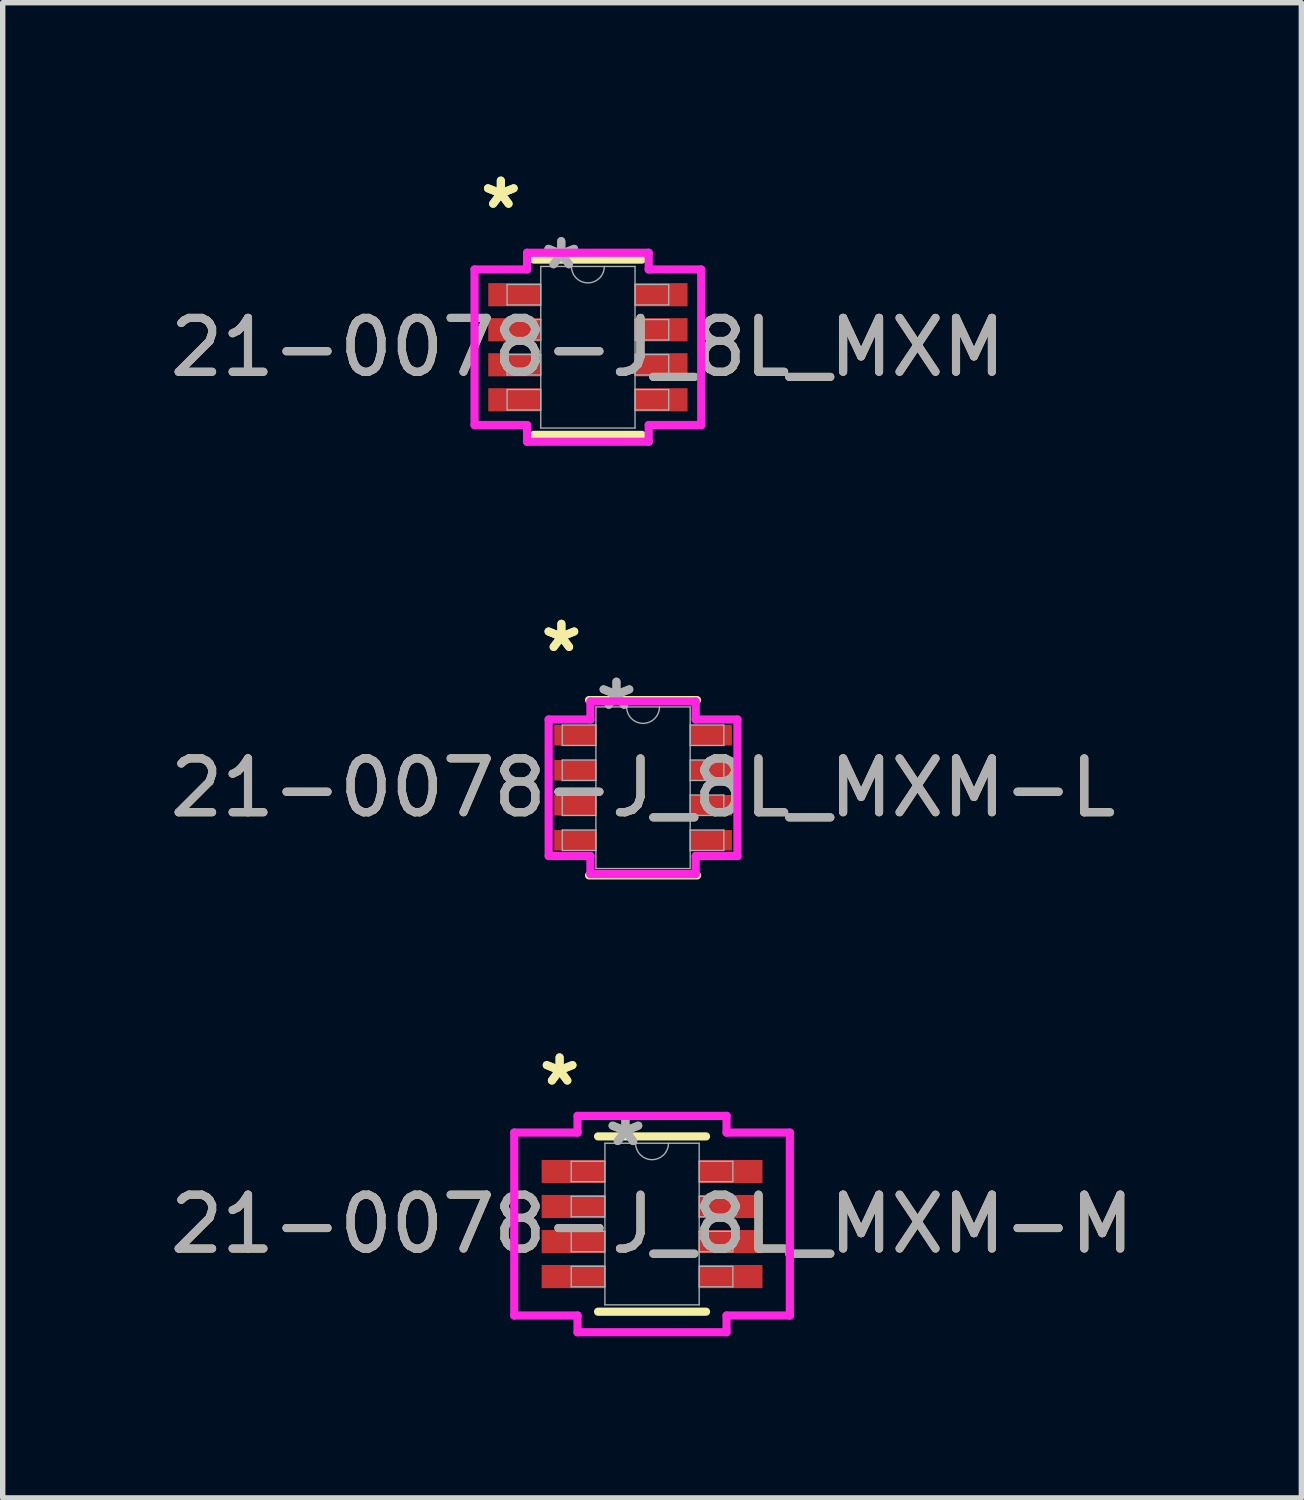
<source format=kicad_pcb>
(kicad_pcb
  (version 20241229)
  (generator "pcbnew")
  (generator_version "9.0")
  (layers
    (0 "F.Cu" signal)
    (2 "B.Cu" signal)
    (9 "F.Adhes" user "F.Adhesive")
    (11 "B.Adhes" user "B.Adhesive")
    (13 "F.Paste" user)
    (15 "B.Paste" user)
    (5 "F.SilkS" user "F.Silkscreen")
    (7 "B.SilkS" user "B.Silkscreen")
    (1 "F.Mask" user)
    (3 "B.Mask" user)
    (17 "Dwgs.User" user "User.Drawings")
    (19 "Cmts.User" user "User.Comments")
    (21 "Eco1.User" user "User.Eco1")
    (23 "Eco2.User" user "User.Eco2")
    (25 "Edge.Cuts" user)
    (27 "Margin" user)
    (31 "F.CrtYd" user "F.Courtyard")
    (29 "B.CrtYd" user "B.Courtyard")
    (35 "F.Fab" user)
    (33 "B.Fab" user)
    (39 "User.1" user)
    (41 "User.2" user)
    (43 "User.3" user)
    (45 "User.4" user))
  (footprint "21-0078-J_8L_MXM-L"
    (layer "F.Cu")
    (at 8.887 11.573)
    (property "Reference" "21-0078-J_8L_MXM-L" (at 0 0 0) (unlocked yes) (layer "F.SilkS") (effects (font (size 1 1) (thickness 0.15))))
    (attr smd)
    (fp_line (start -1.002 1.627) (end 1.002 1.627) (stroke (width 0.152) (type solid)) (layer "F.SilkS"))
    (fp_line (start 1.002 -1.627) (end -1.002 -1.627) (stroke (width 0.152) (type solid)) (layer "F.SilkS"))
    (fp_line (start -1.752 -1.267) (end -0.977 -1.267) (stroke (width 0.152) (type solid)) (layer "F.CrtYd"))
    (fp_line (start -1.752 1.267) (end -1.752 -1.267) (stroke (width 0.152) (type solid)) (layer "F.CrtYd"))
    (fp_line (start -1.752 1.267) (end -0.977 1.267) (stroke (width 0.152) (type solid)) (layer "F.CrtYd"))
    (fp_line (start -0.977 -1.602) (end 0.977 -1.602) (stroke (width 0.152) (type solid)) (layer "F.CrtYd"))
    (fp_line (start -0.977 -1.267) (end -0.977 -1.602) (stroke (width 0.152) (type solid)) (layer "F.CrtYd"))
    (fp_line (start -0.977 1.602) (end -0.977 1.267) (stroke (width 0.152) (type solid)) (layer "F.CrtYd"))
    (fp_line (start 0.977 -1.602) (end 0.977 -1.267) (stroke (width 0.152) (type solid)) (layer "F.CrtYd"))
    (fp_line (start 0.977 1.267) (end 0.977 1.602) (stroke (width 0.152) (type solid)) (layer "F.CrtYd"))
    (fp_line (start 0.977 1.602) (end -0.977 1.602) (stroke (width 0.152) (type solid)) (layer "F.CrtYd"))
    (fp_line (start 1.752 -1.267) (end 0.977 -1.267) (stroke (width 0.152) (type solid)) (layer "F.CrtYd"))
    (fp_line (start 1.752 -1.267) (end 1.752 1.267) (stroke (width 0.152) (type solid)) (layer "F.CrtYd"))
    (fp_line (start 1.752 1.267) (end 0.977 1.267) (stroke (width 0.152) (type solid)) (layer "F.CrtYd"))
    (fp_line (start -1.5 -1.165) (end -1.5 -0.785) (stroke (width 0.025) (type solid)) (layer "F.Fab"))
    (fp_line (start -1.5 -0.785) (end -0.875 -0.785) (stroke (width 0.025) (type solid)) (layer "F.Fab"))
    (fp_line (start -1.5 -0.515) (end -1.5 -0.135) (stroke (width 0.025) (type solid)) (layer "F.Fab"))
    (fp_line (start -1.5 -0.135) (end -0.875 -0.135) (stroke (width 0.025) (type solid)) (layer "F.Fab"))
    (fp_line (start -1.5 0.135) (end -1.5 0.515) (stroke (width 0.025) (type solid)) (layer "F.Fab"))
    (fp_line (start -1.5 0.515) (end -0.875 0.515) (stroke (width 0.025) (type solid)) (layer "F.Fab"))
    (fp_line (start -1.5 0.785) (end -1.5 1.165) (stroke (width 0.025) (type solid)) (layer "F.Fab"))
    (fp_line (start -1.5 1.165) (end -0.875 1.165) (stroke (width 0.025) (type solid)) (layer "F.Fab"))
    (fp_line (start -0.875 -1.5) (end -0.875 1.5) (stroke (width 0.025) (type solid)) (layer "F.Fab"))
    (fp_line (start -0.875 -1.165) (end -1.5 -1.165) (stroke (width 0.025) (type solid)) (layer "F.Fab"))
    (fp_line (start -0.875 -0.785) (end -0.875 -1.165) (stroke (width 0.025) (type solid)) (layer "F.Fab"))
    (fp_line (start -0.875 -0.515) (end -1.5 -0.515) (stroke (width 0.025) (type solid)) (layer "F.Fab"))
    (fp_line (start -0.875 -0.135) (end -0.875 -0.515) (stroke (width 0.025) (type solid)) (layer "F.Fab"))
    (fp_line (start -0.875 0.135) (end -1.5 0.135) (stroke (width 0.025) (type solid)) (layer "F.Fab"))
    (fp_line (start -0.875 0.515) (end -0.875 0.135) (stroke (width 0.025) (type solid)) (layer "F.Fab"))
    (fp_line (start -0.875 0.785) (end -1.5 0.785) (stroke (width 0.025) (type solid)) (layer "F.Fab"))
    (fp_line (start -0.875 1.165) (end -0.875 0.785) (stroke (width 0.025) (type solid)) (layer "F.Fab"))
    (fp_line (start -0.875 1.5) (end 0.875 1.5) (stroke (width 0.025) (type solid)) (layer "F.Fab"))
    (fp_line (start 0.875 -1.5) (end -0.875 -1.5) (stroke (width 0.025) (type solid)) (layer "F.Fab"))
    (fp_line (start 0.875 -1.165) (end 0.875 -0.785) (stroke (width 0.025) (type solid)) (layer "F.Fab"))
    (fp_line (start 0.875 -0.785) (end 1.5 -0.785) (stroke (width 0.025) (type solid)) (layer "F.Fab"))
    (fp_line (start 0.875 -0.515) (end 0.875 -0.135) (stroke (width 0.025) (type solid)) (layer "F.Fab"))
    (fp_line (start 0.875 -0.135) (end 1.5 -0.135) (stroke (width 0.025) (type solid)) (layer "F.Fab"))
    (fp_line (start 0.875 0.135) (end 0.875 0.515) (stroke (width 0.025) (type solid)) (layer "F.Fab"))
    (fp_line (start 0.875 0.515) (end 1.5 0.515) (stroke (width 0.025) (type solid)) (layer "F.Fab"))
    (fp_line (start 0.875 0.785) (end 0.875 1.165) (stroke (width 0.025) (type solid)) (layer "F.Fab"))
    (fp_line (start 0.875 1.165) (end 1.5 1.165) (stroke (width 0.025) (type solid)) (layer "F.Fab"))
    (fp_line (start 0.875 1.5) (end 0.875 -1.5) (stroke (width 0.025) (type solid)) (layer "F.Fab"))
    (fp_line (start 1.5 -1.165) (end 0.875 -1.165) (stroke (width 0.025) (type solid)) (layer "F.Fab"))
    (fp_line (start 1.5 -0.785) (end 1.5 -1.165) (stroke (width 0.025) (type solid)) (layer "F.Fab"))
    (fp_line (start 1.5 -0.515) (end 0.875 -0.515) (stroke (width 0.025) (type solid)) (layer "F.Fab"))
    (fp_line (start 1.5 -0.135) (end 1.5 -0.515) (stroke (width 0.025) (type solid)) (layer "F.Fab"))
    (fp_line (start 1.5 0.135) (end 0.875 0.135) (stroke (width 0.025) (type solid)) (layer "F.Fab"))
    (fp_line (start 1.5 0.515) (end 1.5 0.135) (stroke (width 0.025) (type solid)) (layer "F.Fab"))
    (fp_line (start 1.5 0.785) (end 0.875 0.785) (stroke (width 0.025) (type solid)) (layer "F.Fab"))
    (fp_line (start 1.5 1.165) (end 1.5 0.785) (stroke (width 0.025) (type solid)) (layer "F.Fab"))
    (fp_arc (start 0.3048 -1.5) (mid 0 -1.1952) (end -0.3048 -1.5) (stroke (width 0.0254) (type solid)) (layer "F.Fab"))
    (fp_text user "*" (at -1.516 -2.498 0) (layer "F.SilkS") (effects (font (size 1 1) (thickness 0.15))))
    (fp_text user "*" (at -1.516 -2.498 0) (unlocked yes) (layer "F.SilkS") (effects (font (size 1 1) (thickness 0.15))))
    (fp_text user "*" (at -0.494 -1.424 0) (layer "F.Fab") (effects (font (size 1 1) (thickness 0.15))))
    (fp_text user "*" (at -0.494 -1.424 0) (unlocked yes) (layer "F.Fab") (effects (font (size 1 1) (thickness 0.15))))
    (fp_text user "${REFERENCE}" (at 0 0 0) (unlocked yes) (layer "F.Fab") (effects (font (size 1 1) (thickness 0.15))))
    (pad "1" smd rect (at -1.262 -0.975) (size 0.775 0.38) (layers "F.Cu" "F.Mask" "F.Paste"))
    (pad "2" smd rect (at -1.262 -0.325) (size 0.775 0.38) (layers "F.Cu" "F.Mask" "F.Paste"))
    (pad "3" smd rect (at -1.262 0.325) (size 0.775 0.38) (layers "F.Cu" "F.Mask" "F.Paste"))
    (pad "4" smd rect (at -1.262 0.975) (size 0.775 0.38) (layers "F.Cu" "F.Mask" "F.Paste"))
    (pad "5" smd rect (at 1.262 0.975) (size 0.775 0.38) (layers "F.Cu" "F.Mask" "F.Paste"))
    (pad "6" smd rect (at 1.262 0.325) (size 0.775 0.38) (layers "F.Cu" "F.Mask" "F.Paste"))
    (pad "7" smd rect (at 1.262 -0.325) (size 0.775 0.38) (layers "F.Cu" "F.Mask" "F.Paste"))
    (pad "8" smd rect (at 1.262 -0.975) (size 0.775 0.38) (layers "F.Cu" "F.Mask" "F.Paste")))
  (footprint "21-0078-J_8L_MXM-M"
    (layer "F.Cu")
    (at 9.054 19.672)
    (property "Reference" "21-0078-J_8L_MXM-M" (at 0 0 0) (unlocked yes) (layer "F.SilkS") (effects (font (size 1 1) (thickness 0.15))))
    (attr smd)
    (fp_line (start -1.002 1.627) (end 1.002 1.627) (stroke (width 0.152) (type solid)) (layer "F.SilkS"))
    (fp_line (start 1.002 -1.627) (end -1.002 -1.627) (stroke (width 0.152) (type solid)) (layer "F.SilkS"))
    (fp_line (start -2.558 -1.698) (end -1.383 -1.698) (stroke (width 0.152) (type solid)) (layer "F.CrtYd"))
    (fp_line (start -2.558 1.698) (end -2.558 -1.698) (stroke (width 0.152) (type solid)) (layer "F.CrtYd"))
    (fp_line (start -2.558 1.698) (end -1.383 1.698) (stroke (width 0.152) (type solid)) (layer "F.CrtYd"))
    (fp_line (start -1.383 -2.008) (end 1.383 -2.008) (stroke (width 0.152) (type solid)) (layer "F.CrtYd"))
    (fp_line (start -1.383 -1.698) (end -1.383 -2.008) (stroke (width 0.152) (type solid)) (layer "F.CrtYd"))
    (fp_line (start -1.383 2.008) (end -1.383 1.698) (stroke (width 0.152) (type solid)) (layer "F.CrtYd"))
    (fp_line (start 1.383 -2.008) (end 1.383 -1.698) (stroke (width 0.152) (type solid)) (layer "F.CrtYd"))
    (fp_line (start 1.383 1.698) (end 1.383 2.008) (stroke (width 0.152) (type solid)) (layer "F.CrtYd"))
    (fp_line (start 1.383 2.008) (end -1.383 2.008) (stroke (width 0.152) (type solid)) (layer "F.CrtYd"))
    (fp_line (start 2.558 -1.698) (end 1.383 -1.698) (stroke (width 0.152) (type solid)) (layer "F.CrtYd"))
    (fp_line (start 2.558 -1.698) (end 2.558 1.698) (stroke (width 0.152) (type solid)) (layer "F.CrtYd"))
    (fp_line (start 2.558 1.698) (end 1.383 1.698) (stroke (width 0.152) (type solid)) (layer "F.CrtYd"))
    (fp_line (start -1.5 -1.165) (end -1.5 -0.785) (stroke (width 0.025) (type solid)) (layer "F.Fab"))
    (fp_line (start -1.5 -0.785) (end -0.875 -0.785) (stroke (width 0.025) (type solid)) (layer "F.Fab"))
    (fp_line (start -1.5 -0.515) (end -1.5 -0.135) (stroke (width 0.025) (type solid)) (layer "F.Fab"))
    (fp_line (start -1.5 -0.135) (end -0.875 -0.135) (stroke (width 0.025) (type solid)) (layer "F.Fab"))
    (fp_line (start -1.5 0.135) (end -1.5 0.515) (stroke (width 0.025) (type solid)) (layer "F.Fab"))
    (fp_line (start -1.5 0.515) (end -0.875 0.515) (stroke (width 0.025) (type solid)) (layer "F.Fab"))
    (fp_line (start -1.5 0.785) (end -1.5 1.165) (stroke (width 0.025) (type solid)) (layer "F.Fab"))
    (fp_line (start -1.5 1.165) (end -0.875 1.165) (stroke (width 0.025) (type solid)) (layer "F.Fab"))
    (fp_line (start -0.875 -1.5) (end -0.875 1.5) (stroke (width 0.025) (type solid)) (layer "F.Fab"))
    (fp_line (start -0.875 -1.165) (end -1.5 -1.165) (stroke (width 0.025) (type solid)) (layer "F.Fab"))
    (fp_line (start -0.875 -0.785) (end -0.875 -1.165) (stroke (width 0.025) (type solid)) (layer "F.Fab"))
    (fp_line (start -0.875 -0.515) (end -1.5 -0.515) (stroke (width 0.025) (type solid)) (layer "F.Fab"))
    (fp_line (start -0.875 -0.135) (end -0.875 -0.515) (stroke (width 0.025) (type solid)) (layer "F.Fab"))
    (fp_line (start -0.875 0.135) (end -1.5 0.135) (stroke (width 0.025) (type solid)) (layer "F.Fab"))
    (fp_line (start -0.875 0.515) (end -0.875 0.135) (stroke (width 0.025) (type solid)) (layer "F.Fab"))
    (fp_line (start -0.875 0.785) (end -1.5 0.785) (stroke (width 0.025) (type solid)) (layer "F.Fab"))
    (fp_line (start -0.875 1.165) (end -0.875 0.785) (stroke (width 0.025) (type solid)) (layer "F.Fab"))
    (fp_line (start -0.875 1.5) (end 0.875 1.5) (stroke (width 0.025) (type solid)) (layer "F.Fab"))
    (fp_line (start 0.875 -1.5) (end -0.875 -1.5) (stroke (width 0.025) (type solid)) (layer "F.Fab"))
    (fp_line (start 0.875 -1.165) (end 0.875 -0.785) (stroke (width 0.025) (type solid)) (layer "F.Fab"))
    (fp_line (start 0.875 -0.785) (end 1.5 -0.785) (stroke (width 0.025) (type solid)) (layer "F.Fab"))
    (fp_line (start 0.875 -0.515) (end 0.875 -0.135) (stroke (width 0.025) (type solid)) (layer "F.Fab"))
    (fp_line (start 0.875 -0.135) (end 1.5 -0.135) (stroke (width 0.025) (type solid)) (layer "F.Fab"))
    (fp_line (start 0.875 0.135) (end 0.875 0.515) (stroke (width 0.025) (type solid)) (layer "F.Fab"))
    (fp_line (start 0.875 0.515) (end 1.5 0.515) (stroke (width 0.025) (type solid)) (layer "F.Fab"))
    (fp_line (start 0.875 0.785) (end 0.875 1.165) (stroke (width 0.025) (type solid)) (layer "F.Fab"))
    (fp_line (start 0.875 1.165) (end 1.5 1.165) (stroke (width 0.025) (type solid)) (layer "F.Fab"))
    (fp_line (start 0.875 1.5) (end 0.875 -1.5) (stroke (width 0.025) (type solid)) (layer "F.Fab"))
    (fp_line (start 1.5 -1.165) (end 0.875 -1.165) (stroke (width 0.025) (type solid)) (layer "F.Fab"))
    (fp_line (start 1.5 -0.785) (end 1.5 -1.165) (stroke (width 0.025) (type solid)) (layer "F.Fab"))
    (fp_line (start 1.5 -0.515) (end 0.875 -0.515) (stroke (width 0.025) (type solid)) (layer "F.Fab"))
    (fp_line (start 1.5 -0.135) (end 1.5 -0.515) (stroke (width 0.025) (type solid)) (layer "F.Fab"))
    (fp_line (start 1.5 0.135) (end 0.875 0.135) (stroke (width 0.025) (type solid)) (layer "F.Fab"))
    (fp_line (start 1.5 0.515) (end 1.5 0.135) (stroke (width 0.025) (type solid)) (layer "F.Fab"))
    (fp_line (start 1.5 0.785) (end 0.875 0.785) (stroke (width 0.025) (type solid)) (layer "F.Fab"))
    (fp_line (start 1.5 1.165) (end 1.5 0.785) (stroke (width 0.025) (type solid)) (layer "F.Fab"))
    (fp_arc (start 0.3048 -1.5) (mid 0 -1.1952) (end -0.3048 -1.5) (stroke (width 0.0254) (type solid)) (layer "F.Fab"))
    (fp_text user "*" (at -1.716 -2.548 0) (layer "F.SilkS") (effects (font (size 1 1) (thickness 0.15))))
    (fp_text user "*" (at -1.716 -2.548 0) (unlocked yes) (layer "F.SilkS") (effects (font (size 1 1) (thickness 0.15))))
    (fp_text user "*" (at -0.494 -1.424 0) (layer "F.Fab") (effects (font (size 1 1) (thickness 0.15))))
    (fp_text user "*" (at -0.494 -1.424 0) (unlocked yes) (layer "F.Fab") (effects (font (size 1 1) (thickness 0.15))))
    (fp_text user "${REFERENCE}" (at 0 0 0) (unlocked yes) (layer "F.Fab") (effects (font (size 1 1) (thickness 0.15))))
    (pad "1" smd rect (at -1.462 -0.975) (size 1.175 0.43) (layers "F.Cu" "F.Mask" "F.Paste"))
    (pad "2" smd rect (at -1.462 -0.325) (size 1.175 0.43) (layers "F.Cu" "F.Mask" "F.Paste"))
    (pad "3" smd rect (at -1.462 0.325) (size 1.175 0.43) (layers "F.Cu" "F.Mask" "F.Paste"))
    (pad "4" smd rect (at -1.462 0.975) (size 1.175 0.43) (layers "F.Cu" "F.Mask" "F.Paste"))
    (pad "5" smd rect (at 1.462 0.975) (size 1.175 0.43) (layers "F.Cu" "F.Mask" "F.Paste"))
    (pad "6" smd rect (at 1.462 0.325) (size 1.175 0.43) (layers "F.Cu" "F.Mask" "F.Paste"))
    (pad "7" smd rect (at 1.462 -0.325) (size 1.175 0.43) (layers "F.Cu" "F.Mask" "F.Paste"))
    (pad "8" smd rect (at 1.462 -0.975) (size 1.175 0.43) (layers "F.Cu" "F.Mask" "F.Paste")))
  (footprint "21-0078-J_8L_MXM"
    (layer "F.Cu")
    (at 7.863 3.396)
    (property "Reference" "21-0078-J_8L_MXM" (at 0 0 0) (unlocked yes) (layer "F.SilkS") (effects (font (size 1 1) (thickness 0.15))))
    (attr smd)
    (fp_line (start -1.002 1.627) (end 1.002 1.627) (stroke (width 0.152) (type solid)) (layer "F.SilkS"))
    (fp_line (start 1.002 -1.627) (end -1.002 -1.627) (stroke (width 0.152) (type solid)) (layer "F.SilkS"))
    (fp_line (start -2.104 -1.444) (end -1.129 -1.444) (stroke (width 0.152) (type solid)) (layer "F.CrtYd"))
    (fp_line (start -2.104 1.444) (end -2.104 -1.444) (stroke (width 0.152) (type solid)) (layer "F.CrtYd"))
    (fp_line (start -2.104 1.444) (end -1.129 1.444) (stroke (width 0.152) (type solid)) (layer "F.CrtYd"))
    (fp_line (start -1.129 -1.754) (end 1.129 -1.754) (stroke (width 0.152) (type solid)) (layer "F.CrtYd"))
    (fp_line (start -1.129 -1.444) (end -1.129 -1.754) (stroke (width 0.152) (type solid)) (layer "F.CrtYd"))
    (fp_line (start -1.129 1.754) (end -1.129 1.444) (stroke (width 0.152) (type solid)) (layer "F.CrtYd"))
    (fp_line (start 1.129 -1.754) (end 1.129 -1.444) (stroke (width 0.152) (type solid)) (layer "F.CrtYd"))
    (fp_line (start 1.129 1.444) (end 1.129 1.754) (stroke (width 0.152) (type solid)) (layer "F.CrtYd"))
    (fp_line (start 1.129 1.754) (end -1.129 1.754) (stroke (width 0.152) (type solid)) (layer "F.CrtYd"))
    (fp_line (start 2.104 -1.444) (end 1.129 -1.444) (stroke (width 0.152) (type solid)) (layer "F.CrtYd"))
    (fp_line (start 2.104 -1.444) (end 2.104 1.444) (stroke (width 0.152) (type solid)) (layer "F.CrtYd"))
    (fp_line (start 2.104 1.444) (end 1.129 1.444) (stroke (width 0.152) (type solid)) (layer "F.CrtYd"))
    (fp_line (start -1.5 -1.165) (end -1.5 -0.785) (stroke (width 0.025) (type solid)) (layer "F.Fab"))
    (fp_line (start -1.5 -0.785) (end -0.875 -0.785) (stroke (width 0.025) (type solid)) (layer "F.Fab"))
    (fp_line (start -1.5 -0.515) (end -1.5 -0.135) (stroke (width 0.025) (type solid)) (layer "F.Fab"))
    (fp_line (start -1.5 -0.135) (end -0.875 -0.135) (stroke (width 0.025) (type solid)) (layer "F.Fab"))
    (fp_line (start -1.5 0.135) (end -1.5 0.515) (stroke (width 0.025) (type solid)) (layer "F.Fab"))
    (fp_line (start -1.5 0.515) (end -0.875 0.515) (stroke (width 0.025) (type solid)) (layer "F.Fab"))
    (fp_line (start -1.5 0.785) (end -1.5 1.165) (stroke (width 0.025) (type solid)) (layer "F.Fab"))
    (fp_line (start -1.5 1.165) (end -0.875 1.165) (stroke (width 0.025) (type solid)) (layer "F.Fab"))
    (fp_line (start -0.875 -1.5) (end -0.875 1.5) (stroke (width 0.025) (type solid)) (layer "F.Fab"))
    (fp_line (start -0.875 -1.165) (end -1.5 -1.165) (stroke (width 0.025) (type solid)) (layer "F.Fab"))
    (fp_line (start -0.875 -0.785) (end -0.875 -1.165) (stroke (width 0.025) (type solid)) (layer "F.Fab"))
    (fp_line (start -0.875 -0.515) (end -1.5 -0.515) (stroke (width 0.025) (type solid)) (layer "F.Fab"))
    (fp_line (start -0.875 -0.135) (end -0.875 -0.515) (stroke (width 0.025) (type solid)) (layer "F.Fab"))
    (fp_line (start -0.875 0.135) (end -1.5 0.135) (stroke (width 0.025) (type solid)) (layer "F.Fab"))
    (fp_line (start -0.875 0.515) (end -0.875 0.135) (stroke (width 0.025) (type solid)) (layer "F.Fab"))
    (fp_line (start -0.875 0.785) (end -1.5 0.785) (stroke (width 0.025) (type solid)) (layer "F.Fab"))
    (fp_line (start -0.875 1.165) (end -0.875 0.785) (stroke (width 0.025) (type solid)) (layer "F.Fab"))
    (fp_line (start -0.875 1.5) (end 0.875 1.5) (stroke (width 0.025) (type solid)) (layer "F.Fab"))
    (fp_line (start 0.875 -1.5) (end -0.875 -1.5) (stroke (width 0.025) (type solid)) (layer "F.Fab"))
    (fp_line (start 0.875 -1.165) (end 0.875 -0.785) (stroke (width 0.025) (type solid)) (layer "F.Fab"))
    (fp_line (start 0.875 -0.785) (end 1.5 -0.785) (stroke (width 0.025) (type solid)) (layer "F.Fab"))
    (fp_line (start 0.875 -0.515) (end 0.875 -0.135) (stroke (width 0.025) (type solid)) (layer "F.Fab"))
    (fp_line (start 0.875 -0.135) (end 1.5 -0.135) (stroke (width 0.025) (type solid)) (layer "F.Fab"))
    (fp_line (start 0.875 0.135) (end 0.875 0.515) (stroke (width 0.025) (type solid)) (layer "F.Fab"))
    (fp_line (start 0.875 0.515) (end 1.5 0.515) (stroke (width 0.025) (type solid)) (layer "F.Fab"))
    (fp_line (start 0.875 0.785) (end 0.875 1.165) (stroke (width 0.025) (type solid)) (layer "F.Fab"))
    (fp_line (start 0.875 1.165) (end 1.5 1.165) (stroke (width 0.025) (type solid)) (layer "F.Fab"))
    (fp_line (start 0.875 1.5) (end 0.875 -1.5) (stroke (width 0.025) (type solid)) (layer "F.Fab"))
    (fp_line (start 1.5 -1.165) (end 0.875 -1.165) (stroke (width 0.025) (type solid)) (layer "F.Fab"))
    (fp_line (start 1.5 -0.785) (end 1.5 -1.165) (stroke (width 0.025) (type solid)) (layer "F.Fab"))
    (fp_line (start 1.5 -0.515) (end 0.875 -0.515) (stroke (width 0.025) (type solid)) (layer "F.Fab"))
    (fp_line (start 1.5 -0.135) (end 1.5 -0.515) (stroke (width 0.025) (type solid)) (layer "F.Fab"))
    (fp_line (start 1.5 0.135) (end 0.875 0.135) (stroke (width 0.025) (type solid)) (layer "F.Fab"))
    (fp_line (start 1.5 0.515) (end 1.5 0.135) (stroke (width 0.025) (type solid)) (layer "F.Fab"))
    (fp_line (start 1.5 0.785) (end 0.875 0.785) (stroke (width 0.025) (type solid)) (layer "F.Fab"))
    (fp_line (start 1.5 1.165) (end 1.5 0.785) (stroke (width 0.025) (type solid)) (layer "F.Fab"))
    (fp_arc (start 0.3048 -1.5) (mid 0 -1.1952) (end -0.3048 -1.5) (stroke (width 0.0254) (type solid)) (layer "F.Fab"))
    (fp_text user "*" (at -1.616 -2.548 0) (unlocked yes) (layer "F.SilkS") (effects (font (size 1 1) (thickness 0.15))))
    (fp_text user "*" (at -1.616 -2.548 0) (layer "F.SilkS") (effects (font (size 1 1) (thickness 0.15))))
    (fp_text user "${REFERENCE}" (at 0 0 0) (unlocked yes) (layer "F.Fab") (effects (font (size 1 1) (thickness 0.15))))
    (fp_text user "*" (at -0.494 -1.424 0) (layer "F.Fab") (effects (font (size 1 1) (thickness 0.15))))
    (fp_text user "*" (at -0.494 -1.424 0) (unlocked yes) (layer "F.Fab") (effects (font (size 1 1) (thickness 0.15))))
    (pad "1" smd rect (at -1.362 -0.975) (size 0.975 0.43) (layers "F.Cu" "F.Mask" "F.Paste"))
    (pad "2" smd rect (at -1.362 -0.325) (size 0.975 0.43) (layers "F.Cu" "F.Mask" "F.Paste"))
    (pad "3" smd rect (at -1.362 0.325) (size 0.975 0.43) (layers "F.Cu" "F.Mask" "F.Paste"))
    (pad "4" smd rect (at -1.362 0.975) (size 0.975 0.43) (layers "F.Cu" "F.Mask" "F.Paste"))
    (pad "5" smd rect (at 1.362 0.975) (size 0.975 0.43) (layers "F.Cu" "F.Mask" "F.Paste"))
    (pad "6" smd rect (at 1.362 0.325) (size 0.975 0.43) (layers "F.Cu" "F.Mask" "F.Paste"))
    (pad "7" smd rect (at 1.362 -0.325) (size 0.975 0.43) (layers "F.Cu" "F.Mask" "F.Paste"))
    (pad "8" smd rect (at 1.362 -0.975) (size 0.975 0.43) (layers "F.Cu" "F.Mask" "F.Paste")))
  (gr_rect
    (start -3 -3)
    (end 21.107 24.756)
    (stroke (width 0.1) (type default))
    (fill no)
    (layer "Edge.Cuts")))
</source>
